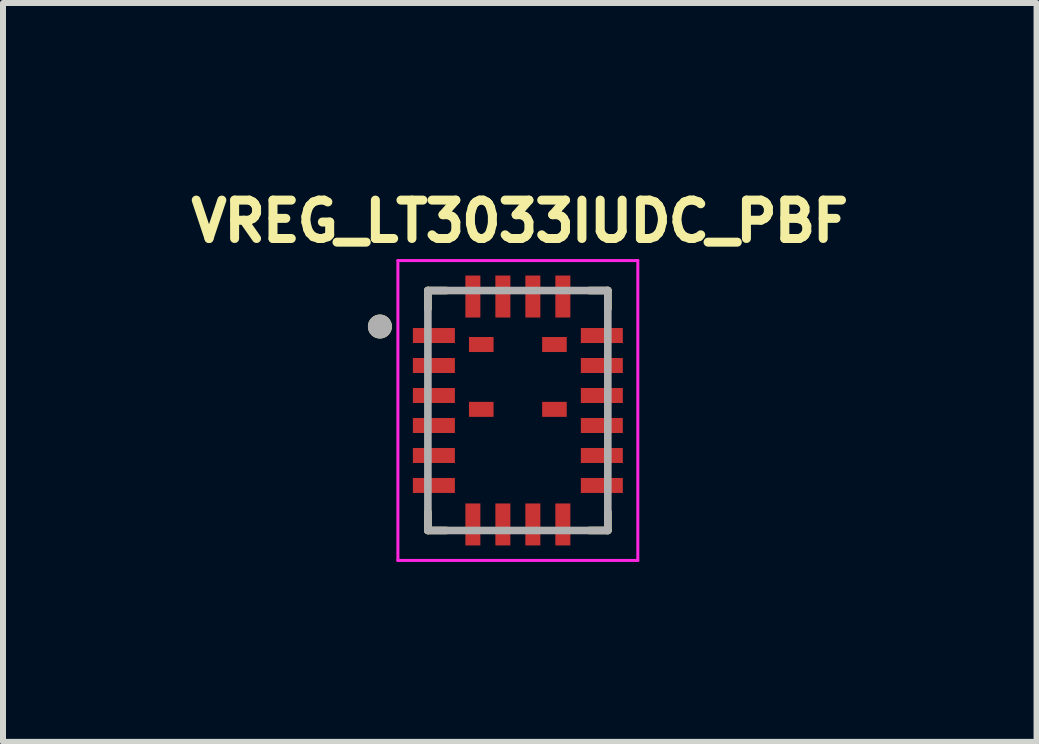
<source format=kicad_pcb>
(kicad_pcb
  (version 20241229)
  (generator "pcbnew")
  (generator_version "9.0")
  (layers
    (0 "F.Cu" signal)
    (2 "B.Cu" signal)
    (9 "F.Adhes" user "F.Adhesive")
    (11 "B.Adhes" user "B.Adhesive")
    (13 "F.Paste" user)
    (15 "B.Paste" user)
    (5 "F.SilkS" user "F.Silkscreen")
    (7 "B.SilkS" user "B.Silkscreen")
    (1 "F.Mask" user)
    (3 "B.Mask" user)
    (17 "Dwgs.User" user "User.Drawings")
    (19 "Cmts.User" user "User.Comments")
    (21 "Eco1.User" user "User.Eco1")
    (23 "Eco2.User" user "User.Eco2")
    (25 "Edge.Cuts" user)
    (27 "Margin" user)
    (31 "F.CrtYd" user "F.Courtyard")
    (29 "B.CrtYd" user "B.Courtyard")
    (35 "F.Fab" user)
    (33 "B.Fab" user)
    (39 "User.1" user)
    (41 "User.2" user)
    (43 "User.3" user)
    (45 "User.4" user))
  (footprint "VREG_LT3033IUDC_PBF"
    (layer "F.Cu")
    (at 5.584 3.794)
    (property "Reference" "VREG_LT3033IUDC_PBF" (at 0.032 -3.156 0) (layer "F.SilkS") (effects (font (size 0.64 0.64) (thickness 0.15))))
    (attr smd)
    (fp_line (start -1.5 -2) (end -1.5 -1.695) (stroke (width 0.127) (type solid)) (layer "F.SilkS"))
    (fp_line (start -1.5 2) (end -1.5 1.695) (stroke (width 0.127) (type solid)) (layer "F.SilkS"))
    (fp_line (start -1.195 -2) (end -1.5 -2) (stroke (width 0.127) (type solid)) (layer "F.SilkS"))
    (fp_line (start -1.195 2) (end -1.5 2) (stroke (width 0.127) (type solid)) (layer "F.SilkS"))
    (fp_line (start 1.195 -2) (end 1.5 -2) (stroke (width 0.127) (type solid)) (layer "F.SilkS"))
    (fp_line (start 1.195 2) (end 1.5 2) (stroke (width 0.127) (type solid)) (layer "F.SilkS"))
    (fp_line (start 1.5 -2) (end 1.5 -1.695) (stroke (width 0.127) (type solid)) (layer "F.SilkS"))
    (fp_line (start 1.5 2) (end 1.5 1.695) (stroke (width 0.127) (type solid)) (layer "F.SilkS"))
    (fp_circle (center -2.3 -1.4) (end -2.2 -1.4) (stroke (width 0.2) (type solid)) (fill no) (layer "F.SilkS"))
    (fp_line (start -2 -2.5) (end 2 -2.5) (stroke (width 0.05) (type solid)) (layer "F.CrtYd"))
    (fp_line (start -2 2.5) (end -2 -2.5) (stroke (width 0.05) (type solid)) (layer "F.CrtYd"))
    (fp_line (start 2 -2.5) (end 2 2.5) (stroke (width 0.05) (type solid)) (layer "F.CrtYd"))
    (fp_line (start 2 2.5) (end -2 2.5) (stroke (width 0.05) (type solid)) (layer "F.CrtYd"))
    (fp_line (start -1.5 -2) (end 1.5 -2) (stroke (width 0.127) (type solid)) (layer "F.Fab"))
    (fp_line (start -1.5 2) (end -1.5 -2) (stroke (width 0.127) (type solid)) (layer "F.Fab"))
    (fp_line (start 1.5 -2) (end 1.5 2) (stroke (width 0.127) (type solid)) (layer "F.Fab"))
    (fp_line (start 1.5 2) (end -1.5 2) (stroke (width 0.127) (type solid)) (layer "F.Fab"))
    (fp_circle (center -2.3 -1.4) (end -2.2 -1.4) (stroke (width 0.2) (type solid)) (fill no) (layer "F.Fab"))
    (pad "1" smd rect (at -1.4 -1.25) (size 0.7 0.25) (layers "F.Cu" "F.Mask" "F.Paste"))
    (pad "2" smd rect (at -1.4 -0.75) (size 0.7 0.25) (layers "F.Cu" "F.Mask" "F.Paste"))
    (pad "3" smd rect (at -1.4 -0.25) (size 0.7 0.25) (layers "F.Cu" "F.Mask" "F.Paste"))
    (pad "4" smd rect (at -1.4 0.25) (size 0.7 0.25) (layers "F.Cu" "F.Mask" "F.Paste"))
    (pad "5" smd rect (at -1.4 0.75) (size 0.7 0.25) (layers "F.Cu" "F.Mask" "F.Paste"))
    (pad "6" smd rect (at -1.4 1.25) (size 0.7 0.25) (layers "F.Cu" "F.Mask" "F.Paste"))
    (pad "7" smd rect (at -0.75 1.9) (size 0.25 0.7) (layers "F.Cu" "F.Mask" "F.Paste"))
    (pad "8" smd rect (at -0.25 1.9) (size 0.25 0.7) (layers "F.Cu" "F.Mask" "F.Paste"))
    (pad "9" smd rect (at 0.25 1.9) (size 0.25 0.7) (layers "F.Cu" "F.Mask" "F.Paste"))
    (pad "10" smd rect (at 0.75 1.9) (size 0.25 0.7) (layers "F.Cu" "F.Mask" "F.Paste"))
    (pad "11" smd rect (at 1.4 1.25) (size 0.7 0.25) (layers "F.Cu" "F.Mask" "F.Paste"))
    (pad "12" smd rect (at 1.4 0.75) (size 0.7 0.25) (layers "F.Cu" "F.Mask" "F.Paste"))
    (pad "13" smd rect (at 1.4 0.25) (size 0.7 0.25) (layers "F.Cu" "F.Mask" "F.Paste"))
    (pad "14" smd rect (at 1.4 -0.25) (size 0.7 0.25) (layers "F.Cu" "F.Mask" "F.Paste"))
    (pad "15" smd rect (at 1.4 -0.75) (size 0.7 0.25) (layers "F.Cu" "F.Mask" "F.Paste"))
    (pad "16" smd rect (at 1.4 -1.25) (size 0.7 0.25) (layers "F.Cu" "F.Mask" "F.Paste"))
    (pad "17" smd rect (at 0.75 -1.9) (size 0.25 0.7) (layers "F.Cu" "F.Mask" "F.Paste"))
    (pad "18" smd rect (at 0.25 -1.9) (size 0.25 0.7) (layers "F.Cu" "F.Mask" "F.Paste"))
    (pad "19" smd rect (at -0.25 -1.9) (size 0.25 0.7) (layers "F.Cu" "F.Mask" "F.Paste"))
    (pad "20" smd rect (at -0.75 -1.9) (size 0.25 0.7) (layers "F.Cu" "F.Mask" "F.Paste"))
    (pad "21" smd rect (at -0.61 -1.1) (size 0.41 0.25) (layers "F.Cu" "F.Mask" "F.Paste"))
    (pad "22" smd rect (at 0.61 -1.1) (size 0.41 0.25) (layers "F.Cu" "F.Mask" "F.Paste"))
    (pad "23" smd rect (at -0.61 -0.019) (size 0.41 0.25) (layers "F.Cu" "F.Mask" "F.Paste"))
    (pad "24" smd rect (at 0.61 -0.019) (size 0.41 0.25) (layers "F.Cu" "F.Mask" "F.Paste")))
  (gr_rect
    (start -3 -3)
    (end 14.232 9.319)
    (stroke (width 0.1) (type default))
    (fill no)
    (layer "Edge.Cuts")))
</source>
